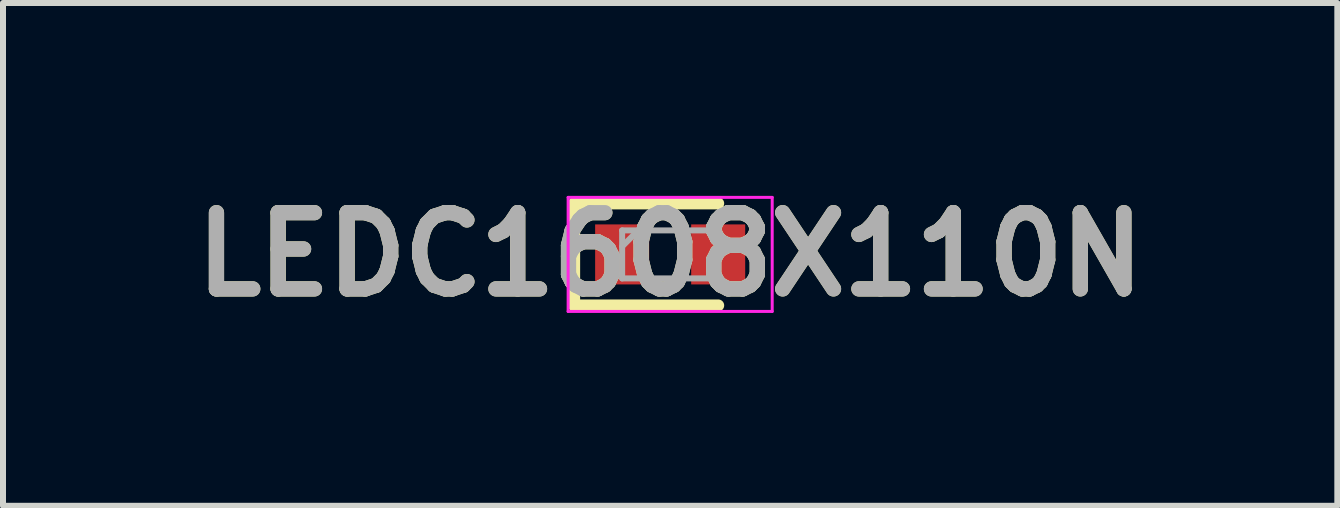
<source format=kicad_pcb>
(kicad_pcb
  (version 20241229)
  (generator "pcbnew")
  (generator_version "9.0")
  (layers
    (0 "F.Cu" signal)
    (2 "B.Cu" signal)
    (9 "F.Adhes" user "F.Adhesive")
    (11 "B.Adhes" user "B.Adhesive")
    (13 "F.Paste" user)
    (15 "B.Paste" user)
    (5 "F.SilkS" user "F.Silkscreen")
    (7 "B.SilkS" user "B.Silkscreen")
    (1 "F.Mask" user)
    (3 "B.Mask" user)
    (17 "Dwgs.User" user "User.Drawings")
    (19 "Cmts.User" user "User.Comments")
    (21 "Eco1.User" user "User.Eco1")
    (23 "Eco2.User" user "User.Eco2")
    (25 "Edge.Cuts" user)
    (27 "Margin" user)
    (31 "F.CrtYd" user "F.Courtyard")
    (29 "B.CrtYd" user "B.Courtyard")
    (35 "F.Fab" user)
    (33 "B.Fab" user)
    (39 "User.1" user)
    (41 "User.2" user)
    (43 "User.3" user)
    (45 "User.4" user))
  (footprint "LEDC1608X110N"
    (layer "F.Cu")
    (at 8.116 1.189)
    (property "Reference" "LEDC1608X110N" (at 0 0 0) (layer "F.SilkS") (effects (font (size 1.27 1.27) (thickness 0.254))))
    (attr smd)
    (fp_line (start -1.6 -0.85) (end -1.6 0.85) (stroke (width 0.2) (type solid)) (layer "F.SilkS"))
    (fp_line (start -1.6 0.85) (end 0.8 0.85) (stroke (width 0.2) (type solid)) (layer "F.SilkS"))
    (fp_line (start 0.8 -0.85) (end -1.6 -0.85) (stroke (width 0.2) (type solid)) (layer "F.SilkS"))
    (fp_line (start -1.7 -0.95) (end 1.7 -0.95) (stroke (width 0.05) (type solid)) (layer "F.CrtYd"))
    (fp_line (start -1.7 0.95) (end -1.7 -0.95) (stroke (width 0.05) (type solid)) (layer "F.CrtYd"))
    (fp_line (start 1.7 -0.95) (end 1.7 0.95) (stroke (width 0.05) (type solid)) (layer "F.CrtYd"))
    (fp_line (start 1.7 0.95) (end -1.7 0.95) (stroke (width 0.05) (type solid)) (layer "F.CrtYd"))
    (fp_line (start -0.8 -0.4) (end 0.8 -0.4) (stroke (width 0.1) (type solid)) (layer "F.Fab"))
    (fp_line (start -0.8 -0.133) (end -0.533 -0.4) (stroke (width 0.1) (type solid)) (layer "F.Fab"))
    (fp_line (start -0.8 0.4) (end -0.8 -0.4) (stroke (width 0.1) (type solid)) (layer "F.Fab"))
    (fp_line (start 0.8 -0.4) (end 0.8 0.4) (stroke (width 0.1) (type solid)) (layer "F.Fab"))
    (fp_line (start 0.8 0.4) (end -0.8 0.4) (stroke (width 0.1) (type solid)) (layer "F.Fab"))
    (fp_text user "${REFERENCE}" (at 0 0 0) (layer "F.Fab") (effects (font (size 1.27 1.27) (thickness 0.254))))
    (pad "1" smd rect (at -0.8 0) (size 0.9 1) (layers "F.Cu" "F.Mask" "F.Paste"))
    (pad "2" smd rect (at 0.8 0) (size 0.9 1) (layers "F.Cu" "F.Mask" "F.Paste")))
  (gr_rect
    (start -3 -3)
    (end 19.232 5.377)
    (stroke (width 0.1) (type default))
    (fill no)
    (layer "Edge.Cuts")))
</source>
